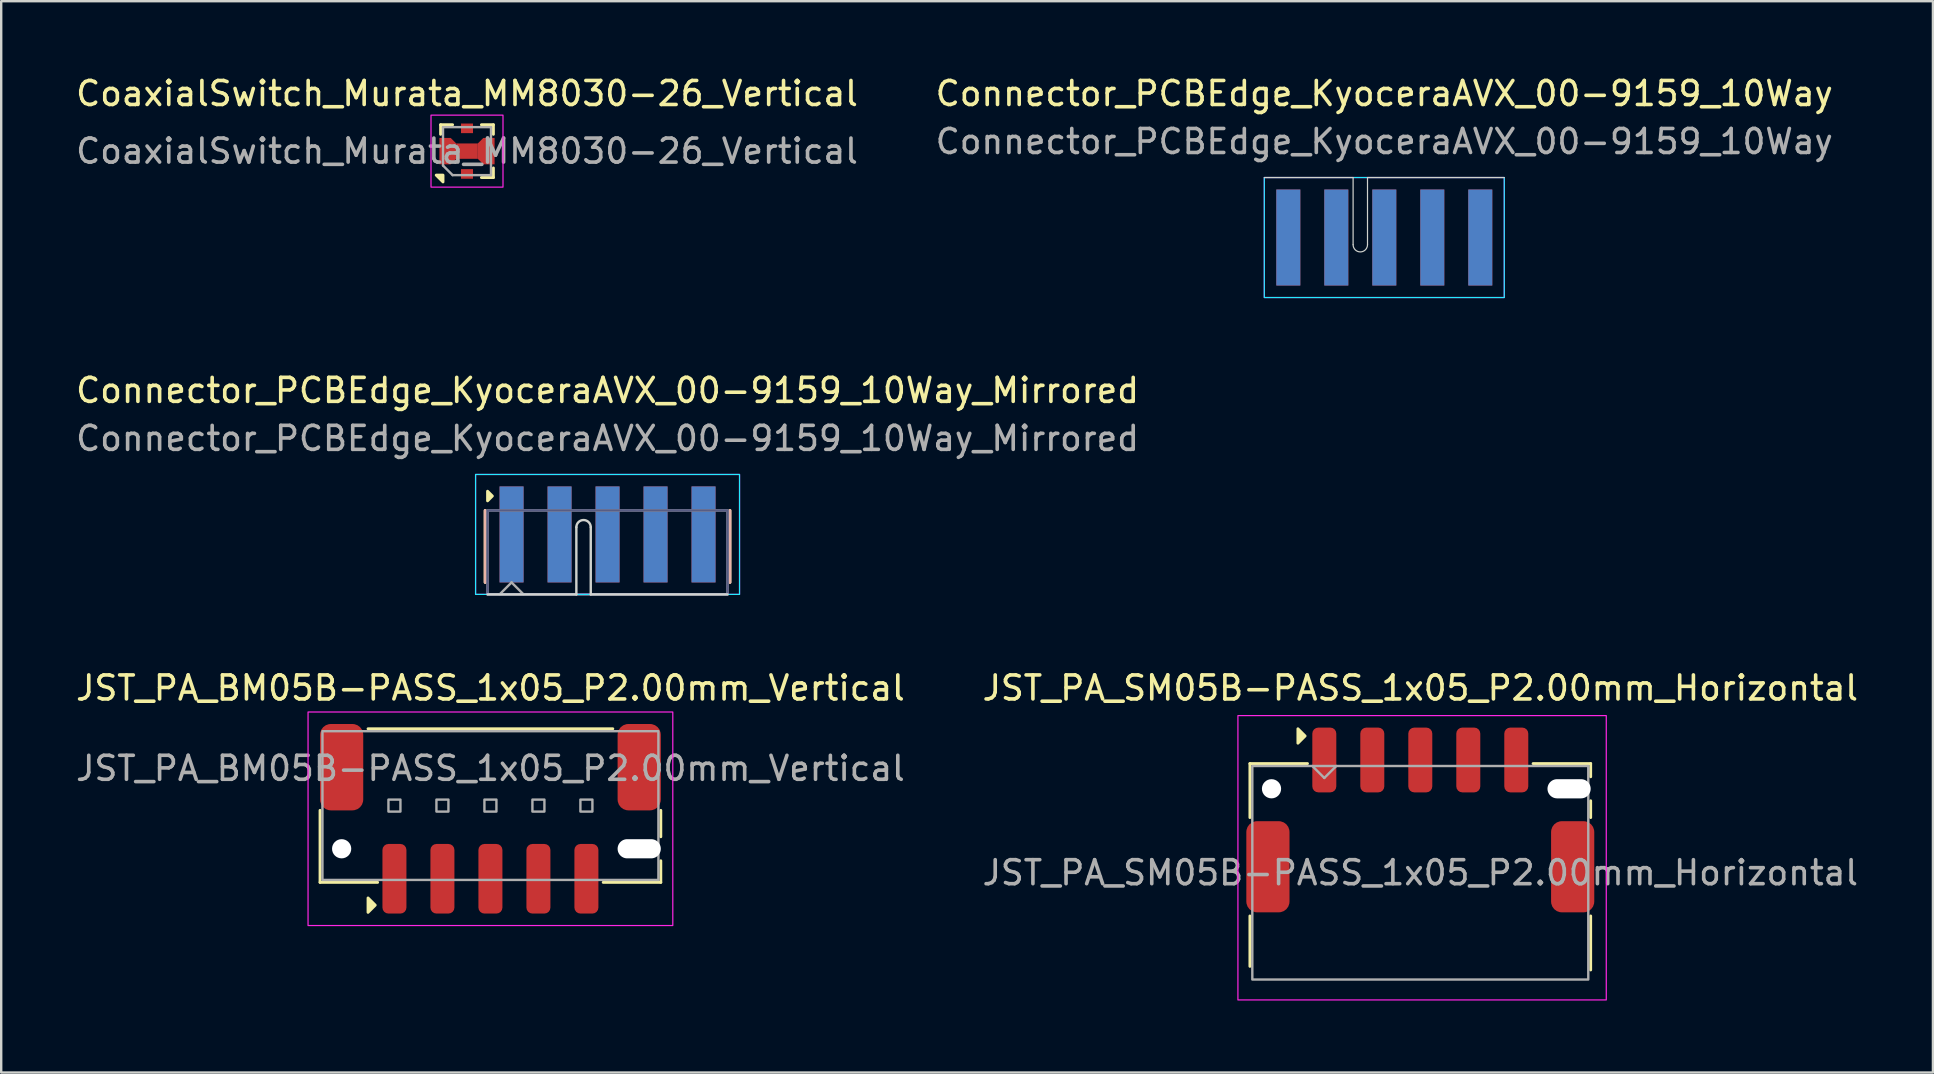
<source format=kicad_pcb>
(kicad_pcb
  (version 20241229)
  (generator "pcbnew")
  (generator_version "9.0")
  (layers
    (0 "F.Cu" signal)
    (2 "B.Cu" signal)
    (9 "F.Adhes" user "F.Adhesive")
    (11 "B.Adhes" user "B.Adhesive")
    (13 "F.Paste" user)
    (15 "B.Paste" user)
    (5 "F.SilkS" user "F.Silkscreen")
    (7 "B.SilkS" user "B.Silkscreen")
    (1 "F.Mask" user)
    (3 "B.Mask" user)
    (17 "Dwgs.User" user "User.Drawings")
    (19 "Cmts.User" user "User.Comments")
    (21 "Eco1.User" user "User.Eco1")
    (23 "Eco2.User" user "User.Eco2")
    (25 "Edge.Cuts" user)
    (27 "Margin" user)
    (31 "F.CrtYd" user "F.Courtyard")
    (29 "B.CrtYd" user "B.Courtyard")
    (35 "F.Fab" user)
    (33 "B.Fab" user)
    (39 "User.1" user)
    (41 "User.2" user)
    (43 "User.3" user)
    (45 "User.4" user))
  (footprint "JST_PA_BM05B-PASS_1x05_P2.00mm_Vertical"
    (layer "F.Cu")
    (at 17.387 30.52)
    (property "Reference" "JST_PA_BM05B-PASS_1x05_P2.00mm_Vertical" (at 0 -4.9 0) (unlocked yes) (layer "F.SilkS") (effects (font (size 1 1) (thickness 0.15))))
    (attr smd)
    (fp_line (start -7.1 0.2) (end -7.1 3.2) (stroke (width 0.12) (type default)) (layer "F.SilkS"))
    (fp_line (start -7.1 3.2) (end -4.7 3.2) (stroke (width 0.12) (type default)) (layer "F.SilkS"))
    (fp_line (start -5.1 -3.2) (end 5.1 -3.2) (stroke (width 0.12) (type default)) (layer "F.SilkS"))
    (fp_line (start 4.7 3.2) (end 7.1 3.2) (stroke (width 0.12) (type default)) (layer "F.SilkS"))
    (fp_line (start 7.1 1.3) (end 7.1 0.2) (stroke (width 0.12) (type default)) (layer "F.SilkS"))
    (fp_line (start 7.1 3.2) (end 7.1 2.3) (stroke (width 0.12) (type default)) (layer "F.SilkS"))
    (fp_poly (pts (xy -5.1 3.85) (xy -5.1 4.45) (xy -4.8 4.15)) (stroke (width 0.12) (type solid)) (fill yes) (layer "F.SilkS"))
    (fp_rect (start -7.6 -3.9) (end 7.6 5) (stroke (width 0.05) (type default)) (fill no) (layer "F.CrtYd"))
    (fp_rect (start -7 -3.1) (end 7 3.1) (stroke (width 0.1) (type default)) (fill no) (layer "F.Fab"))
    (fp_rect (start -4.25 -0.25) (end -3.75 0.25) (stroke (width 0.1) (type default)) (fill no) (layer "F.Fab"))
    (fp_rect (start -2.25 -0.25) (end -1.75 0.25) (stroke (width 0.1) (type default)) (fill no) (layer "F.Fab"))
    (fp_rect (start -0.25 -0.25) (end 0.25 0.25) (stroke (width 0.1) (type default)) (fill no) (layer "F.Fab"))
    (fp_rect (start 1.75 -0.25) (end 2.25 0.25) (stroke (width 0.1) (type default)) (fill no) (layer "F.Fab"))
    (fp_rect (start 3.75 -0.25) (end 4.25 0.25) (stroke (width 0.1) (type default)) (fill no) (layer "F.Fab"))
    (fp_text user "${REFERENCE}" (at 0 -1.55 0) (unlocked yes) (layer "F.Fab") (effects (font (size 1 1) (thickness 0.15))))
    (pad "" np_thru_hole circle (at -6.2 1.8) (size 0.8 0.8) (drill 0.8) (layers "*.Cu" "*.Mask"))
    (pad "" np_thru_hole oval (at 6.2 1.8) (size 1.8 0.8) (drill oval 1.8 0.8) (layers "*.Cu" "*.Mask"))
    (pad "1" smd roundrect (at -4 3.05) (size 1 2.9) (layers "F.Cu" "F.Mask" "F.Paste") (roundrect_rratio 0.25))
    (pad "2" smd roundrect (at -2 3.05) (size 1 2.9) (layers "F.Cu" "F.Mask" "F.Paste") (roundrect_rratio 0.25))
    (pad "3" smd roundrect (at 0 3.05) (size 1 2.9) (layers "F.Cu" "F.Mask" "F.Paste") (roundrect_rratio 0.25))
    (pad "4" smd roundrect (at 2 3.05) (size 1 2.9) (layers "F.Cu" "F.Mask" "F.Paste") (roundrect_rratio 0.25))
    (pad "5" smd roundrect (at 4 3.05) (size 1 2.9) (layers "F.Cu" "F.Mask" "F.Paste") (roundrect_rratio 0.25))
    (pad "MP" smd roundrect (at -6.2 -1.6) (size 1.8 3.6) (layers "F.Cu" "F.Mask" "F.Paste") (roundrect_rratio 0.25))
    (pad "MP" smd roundrect (at 6.2 -1.6) (size 1.8 3.6) (layers "F.Cu" "F.Mask" "F.Paste") (roundrect_rratio 0.25)))
  (footprint "JST_PA_SM05B-PASS_1x05_P2.00mm_Horizontal"
    (layer "F.Cu")
    (at 56.137 33.32)
    (property "Reference" "JST_PA_SM05B-PASS_1x05_P2.00mm_Horizontal" (at 0 -7.7 0) (unlocked yes) (layer "F.SilkS") (effects (font (size 1 1) (thickness 0.15))))
    (attr smd)
    (fp_line (start -7.1 -4.55) (end -7.1 -2.3) (stroke (width 0.12) (type default)) (layer "F.SilkS"))
    (fp_line (start -7.1 -4.55) (end -4.7 -4.55) (stroke (width 0.12) (type default)) (layer "F.SilkS"))
    (fp_line (start -7.1 3.9) (end -7.1 1.8) (stroke (width 0.12) (type default)) (layer "F.SilkS"))
    (fp_line (start 4.7 -4.55) (end 7.1 -4.55) (stroke (width 0.12) (type default)) (layer "F.SilkS"))
    (fp_line (start 7.1 -4.55) (end 7.1 -4) (stroke (width 0.12) (type default)) (layer "F.SilkS"))
    (fp_line (start 7.1 -3) (end 7.1 -2.3) (stroke (width 0.12) (type default)) (layer "F.SilkS"))
    (fp_line (start 7.1 4.05) (end 7.1 1.8) (stroke (width 0.12) (type default)) (layer "F.SilkS"))
    (fp_poly (pts (xy -5.1 -6) (xy -5.1 -5.4) (xy -4.8 -5.7)) (stroke (width 0.12) (type solid)) (fill yes) (layer "F.SilkS"))
    (fp_rect (start -7.6 -6.55) (end 7.75 5.3) (stroke (width 0.05) (type default)) (fill no) (layer "F.CrtYd"))
    (fp_line (start -4.5 -4.45) (end -4 -3.95) (stroke (width 0.1) (type default)) (layer "F.Fab"))
    (fp_line (start -4 -3.95) (end -3.5 -4.45) (stroke (width 0.1) (type default)) (layer "F.Fab"))
    (fp_rect (start -7 -4.45) (end 7 4.45) (stroke (width 0.1) (type default)) (fill no) (layer "F.Fab"))
    (fp_text user "${REFERENCE}" (at 0 0 0) (unlocked yes) (layer "F.Fab") (effects (font (size 1 1) (thickness 0.15))))
    (pad "" np_thru_hole circle (at -6.2 -3.5) (size 0.8 0.8) (drill 0.8) (layers "*.Cu" "*.Mask"))
    (pad "" np_thru_hole oval (at 6.2 -3.5) (size 1.8 0.8) (drill oval 1.8 0.8) (layers "*.Cu" "*.Mask"))
    (pad "1" smd roundrect (at -4 -4.7) (size 1 2.7) (layers "F.Cu" "F.Mask" "F.Paste") (roundrect_rratio 0.25))
    (pad "2" smd roundrect (at -2 -4.7) (size 1 2.7) (layers "F.Cu" "F.Mask" "F.Paste") (roundrect_rratio 0.25))
    (pad "3" smd roundrect (at 0 -4.7) (size 1 2.7) (layers "F.Cu" "F.Mask" "F.Paste") (roundrect_rratio 0.25))
    (pad "4" smd roundrect (at 2 -4.7) (size 1 2.7) (layers "F.Cu" "F.Mask" "F.Paste") (roundrect_rratio 0.25))
    (pad "5" smd roundrect (at 4 -4.7) (size 1 2.7) (layers "F.Cu" "F.Mask" "F.Paste") (roundrect_rratio 0.25))
    (pad "MP" smd roundrect (at -6.35 -0.25) (size 1.8 3.8) (layers "F.Cu" "F.Mask" "F.Paste") (roundrect_rratio 0.25))
    (pad "MP" smd roundrect (at 6.35 -0.25) (size 1.8 3.8) (layers "F.Cu" "F.Mask" "F.Paste") (roundrect_rratio 0.25)))
  (footprint "Connector_PCBEdge_KyoceraAVX_00-9159_10Way"
    (layer "F.Cu")
    (at 54.637 6.848)
    (property "Reference" "Connector_PCBEdge_KyoceraAVX_00-9159_10Way" (at 0 -6 0) (layer "F.SilkS") (effects (font (size 1 1) (thickness 0.15))))
    (attr exclude_from_pos_files exclude_from_bom)
    (fp_line (start -1.3 -2.5) (end -5 -2.5) (stroke (width 0.05) (type default)) (layer "Edge.Cuts"))
    (fp_line (start -1.3 -2.5) (end -1.3 0.3) (stroke (width 0.05) (type default)) (layer "Edge.Cuts"))
    (fp_line (start -0.7 0.3) (end -0.7 -2.5) (stroke (width 0.05) (type default)) (layer "Edge.Cuts"))
    (fp_line (start 5 -2.5) (end -0.7 -2.5) (stroke (width 0.05) (type default)) (layer "Edge.Cuts"))
    (fp_arc (start -0.7 0.3) (mid -1 0.6) (end -1.3 0.3) (stroke (width 0.05) (type default)) (layer "Edge.Cuts"))
    (fp_rect (start -5 -2.5) (end 5 2.5) (stroke (width 0.05) (type default)) (fill no) (layer "B.CrtYd"))
    (fp_rect (start -5 -2.5) (end 5 2.5) (stroke (width 0.05) (type default)) (fill no) (layer "F.CrtYd"))
    (fp_text user "${REFERENCE}" (at 0 -4 0) (layer "F.Fab") (effects (font (size 1 1) (thickness 0.15))))
    (pad "1" connect rect (at -4 0) (size 1 4) (layers "F.Cu" "F.Mask"))
    (pad "2" connect rect (at -2 0) (size 1 4) (layers "F.Cu" "F.Mask"))
    (pad "3" connect rect (at 0 0) (size 1 4) (layers "F.Cu" "F.Mask"))
    (pad "4" connect rect (at 2 0) (size 1 4) (layers "F.Cu" "F.Mask"))
    (pad "5" connect rect (at 4 0) (size 1 4) (layers "F.Cu" "F.Mask"))
    (pad "6" connect rect (at -4 0) (size 1 4) (layers "B.Cu" "B.Mask"))
    (pad "7" connect rect (at -2 0) (size 1 4) (layers "B.Cu" "B.Mask"))
    (pad "8" connect rect (at 0 0) (size 1 4) (layers "B.Cu" "B.Mask"))
    (pad "9" connect rect (at 2 0) (size 1 4) (layers "B.Cu" "B.Mask"))
    (pad "10" connect rect (at 4 0) (size 1 4) (layers "B.Cu" "B.Mask")))
  (footprint "CoaxialSwitch_Murata_MM8030-26_Vertical"
    (layer "F.Cu")
    (at 16.411 3.248)
    (property "Reference" "CoaxialSwitch_Murata_MM8030-26_Vertical" (at 0 -2.4 0) (unlocked yes) (layer "F.SilkS") (effects (font (size 1 1) (thickness 0.15))))
    (attr smd allow_soldermask_bridges)
    (fp_poly (pts (xy -0.5 -1.15) (xy 0.5 -1.15) (xy 0.5 -0.55) (xy 0.25 -0.32) (xy -0.25 -0.32) (xy -0.5 -0.55)) (stroke (width 0) (type solid)) (fill yes) (layer "F.Mask"))
    (fp_poly (pts (xy -0.25 0.32) (xy 0.25 0.32) (xy 0.5 0.55) (xy 0.5 1.15) (xy -0.5 1.15) (xy -0.5 0.55)) (stroke (width 0) (type solid)) (fill yes) (layer "F.Mask"))
    (fp_line (start -1.1 -1.1) (end -1.1 -0.7) (stroke (width 0.12) (type default)) (layer "F.SilkS"))
    (fp_line (start -0.6 -1.1) (end -1.1 -1.1) (stroke (width 0.12) (type default)) (layer "F.SilkS"))
    (fp_line (start 0.6 1.1) (end 1.1 1.1) (stroke (width 0.12) (type default)) (layer "F.SilkS"))
    (fp_line (start 1.1 -1.1) (end 0.6 -1.1) (stroke (width 0.12) (type default)) (layer "F.SilkS"))
    (fp_line (start 1.1 -0.7) (end 1.1 -1.1) (stroke (width 0.12) (type default)) (layer "F.SilkS"))
    (fp_line (start 1.1 0.7) (end 1.1 1.1) (stroke (width 0.12) (type default)) (layer "F.SilkS"))
    (fp_poly (pts (xy -1 1) (xy -1.283 1) (xy -1 1.283)) (stroke (width 0.12) (type default)) (fill yes) (layer "F.SilkS"))
    (fp_rect (start -1.5 -1.5) (end 1.5 1.5) (stroke (width 0.05) (type default)) (fill no) (layer "F.CrtYd"))
    (fp_line (start -1 -1) (end -1 0.6) (stroke (width 0.1) (type default)) (layer "F.Fab"))
    (fp_line (start -1 0.6) (end -0.6 1) (stroke (width 0.1) (type default)) (layer "F.Fab"))
    (fp_line (start -0.6 1) (end 1 1) (stroke (width 0.1) (type default)) (layer "F.Fab"))
    (fp_line (start 1 -1) (end -1 -1) (stroke (width 0.1) (type default)) (layer "F.Fab"))
    (fp_line (start 1 -1) (end 1 1) (stroke (width 0.1) (type default)) (layer "F.Fab"))
    (fp_text user "${REFERENCE}" (at 0 0 0) (unlocked yes) (layer "F.Fab") (effects (font (size 1 1) (thickness 0.15))))
    (pad "A" smd rect (at 0 -0.95) (size 0.5 0.4) (layers "F.Cu" "F.Paste"))
    (pad "C" smd rect (at 0 0.95) (size 0.5 0.4) (layers "F.Cu" "F.Paste"))
    (pad "G" smd custom (at -0.915 0) (size 0.47 1.1) (layers "F.Cu" "F.Mask" "F.Paste") (options (anchor rect)) (primitives (gr_poly (pts (xy -0.235 -0.55) (xy 0.235 -0.55) (xy 0.465 -0.32) (xy 0.465 0.32) (xy 0.235 0.55) (xy -0.235 0.55)) (width 0) (fill yes))))
    (pad "G" smd rect (at 0 0) (size 0.9 0.64) (layers "F.Cu"))
    (pad "G" smd custom (at 0.915 0) (size 0.47 1.1) (layers "F.Cu" "F.Mask" "F.Paste") (options (anchor rect)) (primitives (gr_poly (pts (xy 0.235 -0.55) (xy -0.235 -0.55) (xy -0.465 -0.32) (xy -0.465 0.32) (xy -0.235 0.55) (xy 0.235 0.55)) (width 0) (fill yes)))))
  (footprint "Connector_PCBEdge_KyoceraAVX_00-9159_10Way_Mirrored"
    (layer "F.Cu")
    (at 22.268 19.221)
    (property "Reference" "Connector_PCBEdge_KyoceraAVX_00-9159_10Way_Mirrored" (at 0 -6 180) (layer "F.SilkS") (effects (font (size 1 1) (thickness 0.15))))
    (attr exclude_from_pos_files exclude_from_bom)
    (fp_line (start -5.1 2) (end -5.1 -1) (stroke (width 0.12) (type solid)) (layer "F.SilkS"))
    (fp_line (start 5.1 -1) (end 5.1 2) (stroke (width 0.12) (type solid)) (layer "F.SilkS"))
    (fp_poly (pts (xy -5 -1.4) (xy -4.8 -1.6) (xy -5 -1.8)) (stroke (width 0.12) (type solid)) (fill yes) (layer "F.SilkS"))
    (fp_line (start -5.1 2) (end -5.1 -1) (stroke (width 0.12) (type solid)) (layer "B.SilkS"))
    (fp_line (start 5.1 -1) (end 5.1 2) (stroke (width 0.12) (type solid)) (layer "B.SilkS"))
    (fp_line (start -1.3 2.5) (end -5 2.5) (stroke (width 0.1) (type solid)) (layer "Edge.Cuts"))
    (fp_line (start -1.3 2.5) (end -1.3 -0.3) (stroke (width 0.1) (type solid)) (layer "Edge.Cuts"))
    (fp_line (start -0.7 -0.3) (end -0.7 2.5) (stroke (width 0.1) (type solid)) (layer "Edge.Cuts"))
    (fp_line (start 5 2.5) (end -0.7 2.5) (stroke (width 0.1) (type solid)) (layer "Edge.Cuts"))
    (fp_arc (start -1.3 -0.3) (mid -1 -0.6) (end -0.7 -0.3) (stroke (width 0.1) (type solid)) (layer "Edge.Cuts"))
    (fp_rect (start -5.5 -2.5) (end 5.5 2.5) (stroke (width 0.05) (type default)) (fill no) (layer "B.CrtYd"))
    (fp_rect (start -5.5 -2.5) (end 5.5 2.5) (stroke (width 0.05) (type default)) (fill no) (layer "F.CrtYd"))
    (fp_rect (start -5 -1) (end 5 2.5) (stroke (width 0.1) (type solid)) (fill no) (layer "B.Fab"))
    (fp_line (start -4.5 2.5) (end -4 2) (stroke (width 0.1) (type default)) (layer "F.Fab"))
    (fp_line (start -4 2) (end -3.5 2.5) (stroke (width 0.1) (type default)) (layer "F.Fab"))
    (fp_rect (start -5 -1) (end 5 2.5) (stroke (width 0.1) (type default)) (fill no) (layer "F.Fab"))
    (fp_text user "${REFERENCE}" (at 0 -4 180) (layer "F.Fab") (effects (font (size 1 1) (thickness 0.15))))
    (pad "1" connect rect (at -4 0 180) (size 1 4) (layers "F.Cu" "F.Mask"))
    (pad "2" connect rect (at -2 0 180) (size 1 4) (layers "F.Cu" "F.Mask"))
    (pad "3" connect rect (at 0 0 180) (size 1 4) (layers "F.Cu" "F.Mask"))
    (pad "4" connect rect (at 2 0 180) (size 1 4) (layers "F.Cu" "F.Mask"))
    (pad "5" connect rect (at 4 0 180) (size 1 4) (layers "F.Cu" "F.Mask"))
    (pad "6" connect rect (at -4 0 180) (size 1 4) (layers "B.Cu" "B.Mask"))
    (pad "7" connect rect (at -2 0 180) (size 1 4) (layers "B.Cu" "B.Mask"))
    (pad "8" connect rect (at 0 0 180) (size 1 4) (layers "B.Cu" "B.Mask"))
    (pad "9" connect rect (at 2 0 180) (size 1 4) (layers "B.Cu" "B.Mask"))
    (pad "10" connect rect (at 4 0 180) (size 1 4) (layers "B.Cu" "B.Mask")))
  (gr_rect
    (start -3 -3)
    (end 77.5 41.645)
    (stroke (width 0.1) (type default))
    (fill no)
    (layer "Edge.Cuts")))
</source>
